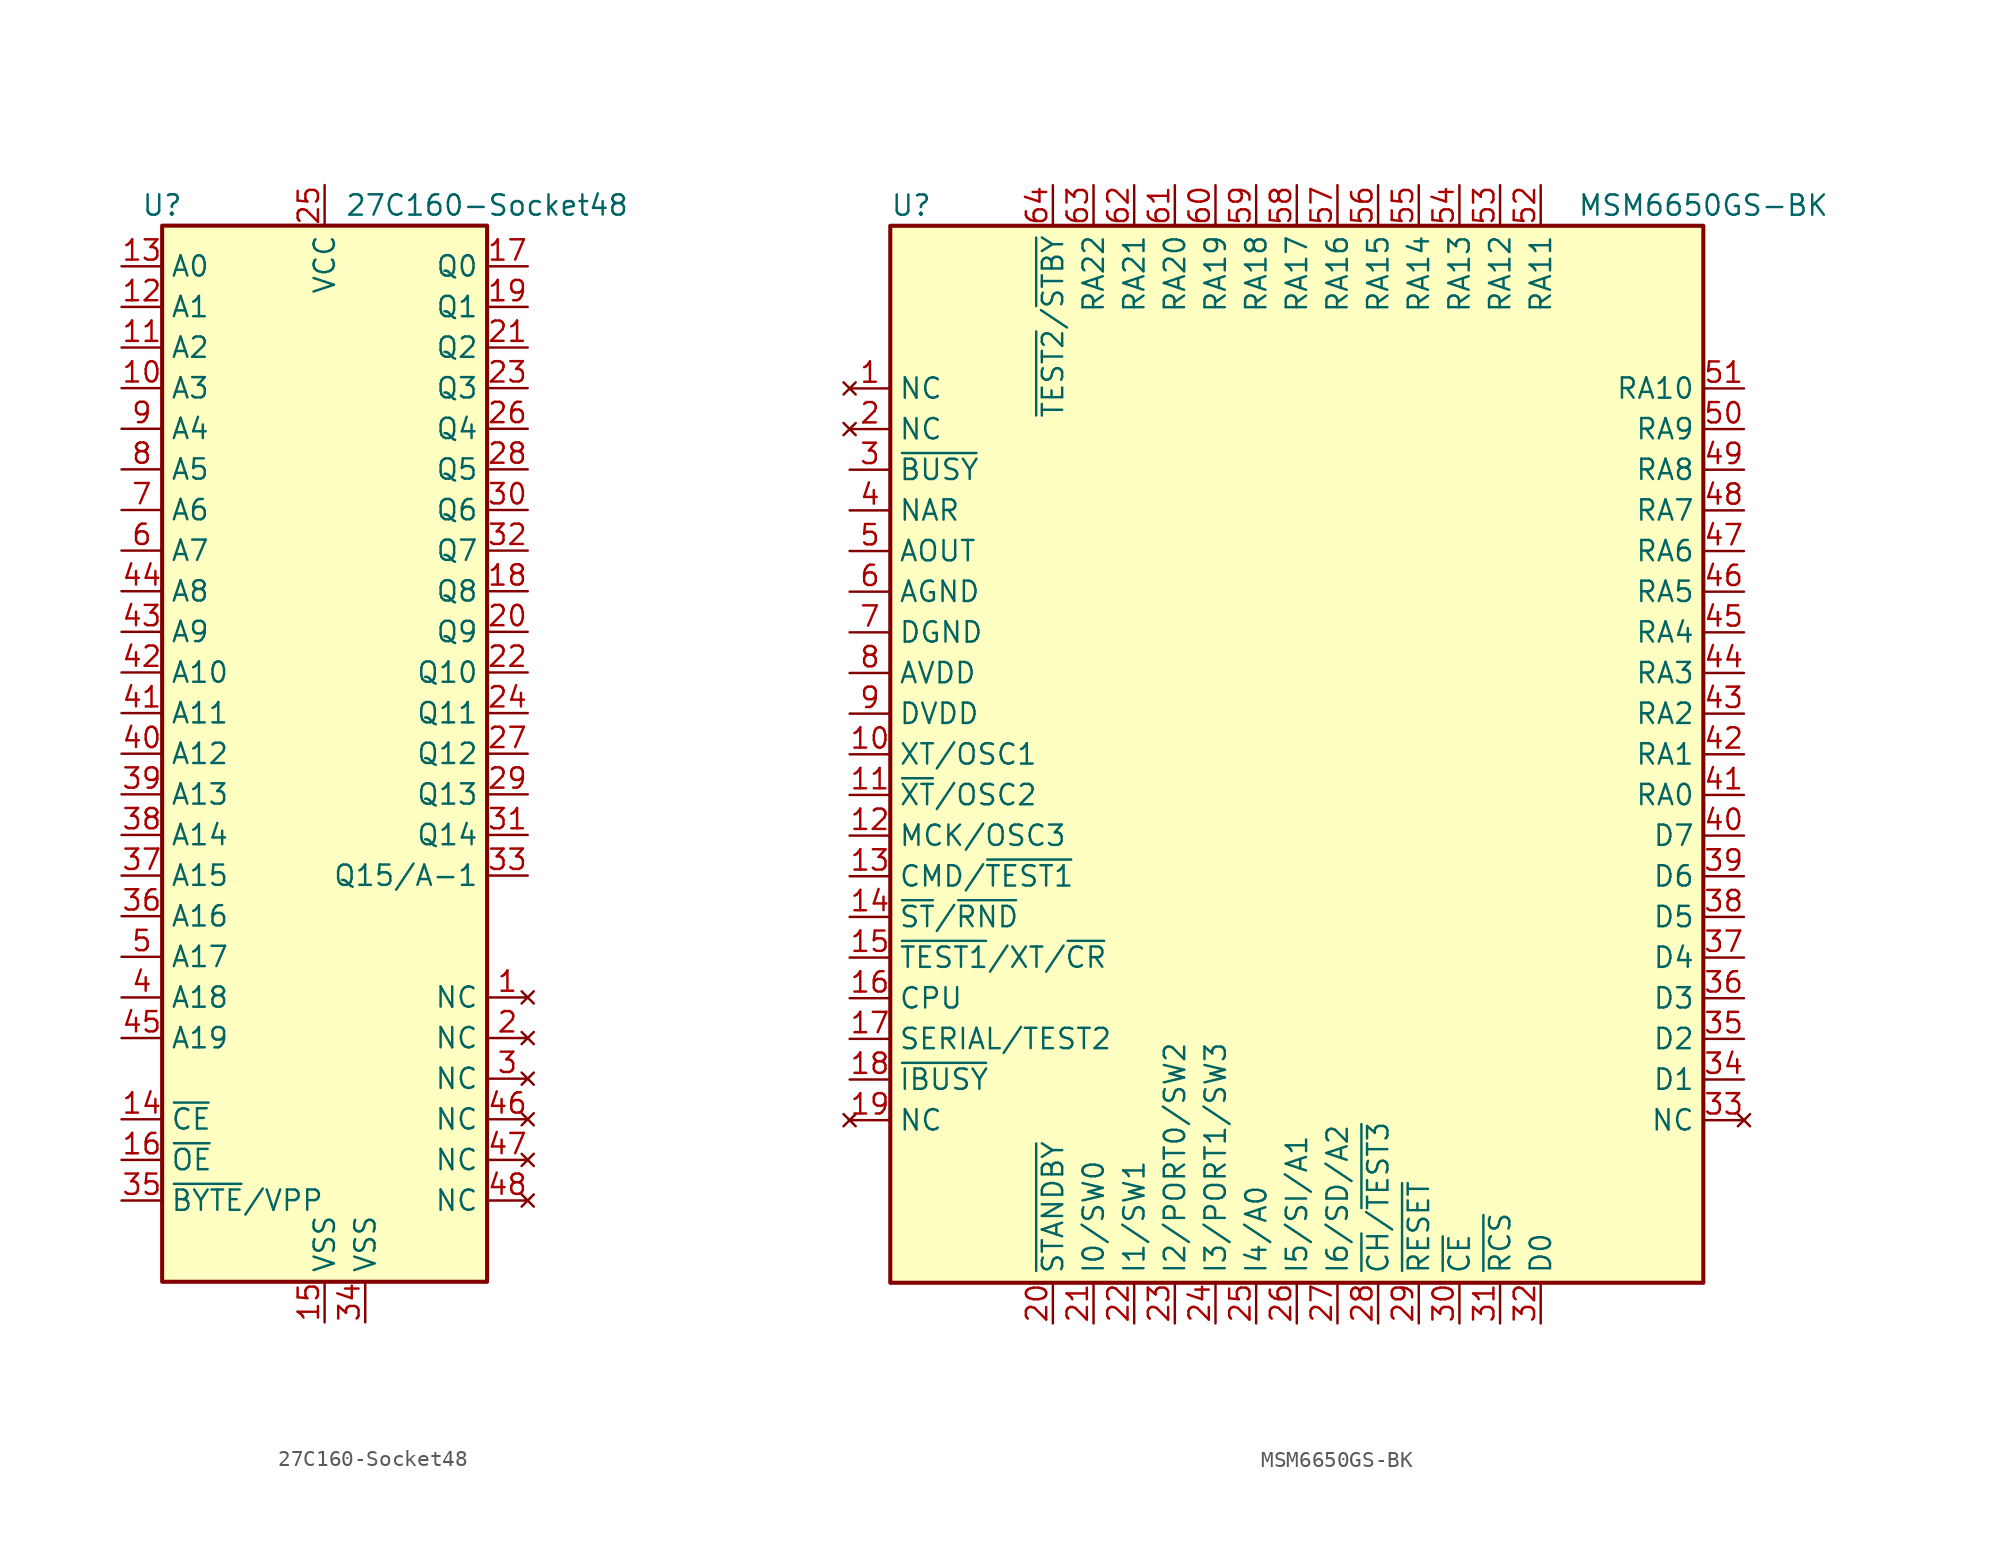
<source format=kicad_sym>
(kicad_symbol_lib
  (version 20220914)
  (generator kicad_symbol_editor)
  (symbol "27C160-Socket48"
    (property "Reference" "U"
      (at -10.16 34.29 0)
      (effects (font (size 1.27 1.27))))
    (property "Value" "27C160-Socket48"
      (at 10.16 34.29 0)
      (effects (font (size 1.27 1.27))))
    (symbol "27C160-Socket48_1_1"
      (rectangle (start -10.16 33.02) (end 10.16 -33.02) (stroke (width 0.254) (type default)) (fill (type background)))
      (pin no_connect line (at 12.7 -15.24 180) (length 2.54) (name "NC" (effects (font (size 1.27 1.27)))) (number "1" (effects (font (size 1.27 1.27)))))
      (pin input line (at -12.7 22.86 0) (length 2.54) (name "A3" (effects (font (size 1.27 1.27)))) (number "10" (effects (font (size 1.27 1.27)))))
      (pin input line (at -12.7 25.4 0) (length 2.54) (name "A2" (effects (font (size 1.27 1.27)))) (number "11" (effects (font (size 1.27 1.27)))))
      (pin input line (at -12.7 27.94 0) (length 2.54) (name "A1" (effects (font (size 1.27 1.27)))) (number "12" (effects (font (size 1.27 1.27)))))
      (pin input line (at -12.7 30.48 0) (length 2.54) (name "A0" (effects (font (size 1.27 1.27)))) (number "13" (effects (font (size 1.27 1.27)))))
      (pin input line (at -12.7 -22.86 0) (length 2.54) (name "~{CE}" (effects (font (size 1.27 1.27)))) (number "14" (effects (font (size 1.27 1.27)))))
      (pin power_in line (at 0 -35.56 90) (length 2.54) (name "VSS" (effects (font (size 1.27 1.27)))) (number "15" (effects (font (size 1.27 1.27)))))
      (pin input line (at -12.7 -25.4 0) (length 2.54) (name "~{OE}" (effects (font (size 1.27 1.27)))) (number "16" (effects (font (size 1.27 1.27)))))
      (pin tri_state line (at 12.7 30.48 180) (length 2.54) (name "Q0" (effects (font (size 1.27 1.27)))) (number "17" (effects (font (size 1.27 1.27)))))
      (pin tri_state line (at 12.7 10.16 180) (length 2.54) (name "Q8" (effects (font (size 1.27 1.27)))) (number "18" (effects (font (size 1.27 1.27)))))
      (pin tri_state line (at 12.7 27.94 180) (length 2.54) (name "Q1" (effects (font (size 1.27 1.27)))) (number "19" (effects (font (size 1.27 1.27)))))
      (pin no_connect line (at 12.7 -17.78 180) (length 2.54) (name "NC" (effects (font (size 1.27 1.27)))) (number "2" (effects (font (size 1.27 1.27)))))
      (pin tri_state line (at 12.7 7.62 180) (length 2.54) (name "Q9" (effects (font (size 1.27 1.27)))) (number "20" (effects (font (size 1.27 1.27)))))
      (pin tri_state line (at 12.7 25.4 180) (length 2.54) (name "Q2" (effects (font (size 1.27 1.27)))) (number "21" (effects (font (size 1.27 1.27)))))
      (pin tri_state line (at 12.7 5.08 180) (length 2.54) (name "Q10" (effects (font (size 1.27 1.27)))) (number "22" (effects (font (size 1.27 1.27)))))
      (pin tri_state line (at 12.7 22.86 180) (length 2.54) (name "Q3" (effects (font (size 1.27 1.27)))) (number "23" (effects (font (size 1.27 1.27)))))
      (pin tri_state line (at 12.7 2.54 180) (length 2.54) (name "Q11" (effects (font (size 1.27 1.27)))) (number "24" (effects (font (size 1.27 1.27)))))
      (pin power_in line (at 0 35.56 270) (length 2.54) (name "VCC" (effects (font (size 1.27 1.27)))) (number "25" (effects (font (size 1.27 1.27)))))
      (pin tri_state line (at 12.7 20.32 180) (length 2.54) (name "Q4" (effects (font (size 1.27 1.27)))) (number "26" (effects (font (size 1.27 1.27)))))
      (pin tri_state line (at 12.7 0 180) (length 2.54) (name "Q12" (effects (font (size 1.27 1.27)))) (number "27" (effects (font (size 1.27 1.27)))))
      (pin tri_state line (at 12.7 17.78 180) (length 2.54) (name "Q5" (effects (font (size 1.27 1.27)))) (number "28" (effects (font (size 1.27 1.27)))))
      (pin tri_state line (at 12.7 -2.54 180) (length 2.54) (name "Q13" (effects (font (size 1.27 1.27)))) (number "29" (effects (font (size 1.27 1.27)))))
      (pin no_connect line (at 12.7 -20.32 180) (length 2.54) (name "NC" (effects (font (size 1.27 1.27)))) (number "3" (effects (font (size 1.27 1.27)))))
      (pin tri_state line (at 12.7 15.24 180) (length 2.54) (name "Q6" (effects (font (size 1.27 1.27)))) (number "30" (effects (font (size 1.27 1.27)))))
      (pin tri_state line (at 12.7 -5.08 180) (length 2.54) (name "Q14" (effects (font (size 1.27 1.27)))) (number "31" (effects (font (size 1.27 1.27)))))
      (pin tri_state line (at 12.7 12.7 180) (length 2.54) (name "Q7" (effects (font (size 1.27 1.27)))) (number "32" (effects (font (size 1.27 1.27)))))
      (pin tri_state line (at 12.7 -7.62 180) (length 2.54) (name "Q15/A-1" (effects (font (size 1.27 1.27)))) (number "33" (effects (font (size 1.27 1.27)))))
      (pin power_in line (at 2.54 -35.56 90) (length 2.54) (name "VSS" (effects (font (size 1.27 1.27)))) (number "34" (effects (font (size 1.27 1.27)))))
      (pin input line (at -12.7 -27.94 0) (length 2.54) (name "~{BYTE}/VPP" (effects (font (size 1.27 1.27)))) (number "35" (effects (font (size 1.27 1.27)))))
      (pin input line (at -12.7 -10.16 0) (length 2.54) (name "A16" (effects (font (size 1.27 1.27)))) (number "36" (effects (font (size 1.27 1.27)))))
      (pin input line (at -12.7 -7.62 0) (length 2.54) (name "A15" (effects (font (size 1.27 1.27)))) (number "37" (effects (font (size 1.27 1.27)))))
      (pin input line (at -12.7 -5.08 0) (length 2.54) (name "A14" (effects (font (size 1.27 1.27)))) (number "38" (effects (font (size 1.27 1.27)))))
      (pin input line (at -12.7 -2.54 0) (length 2.54) (name "A13" (effects (font (size 1.27 1.27)))) (number "39" (effects (font (size 1.27 1.27)))))
      (pin input line (at -12.7 -15.24 0) (length 2.54) (name "A18" (effects (font (size 1.27 1.27)))) (number "4" (effects (font (size 1.27 1.27)))))
      (pin input line (at -12.7 0 0) (length 2.54) (name "A12" (effects (font (size 1.27 1.27)))) (number "40" (effects (font (size 1.27 1.27)))))
      (pin input line (at -12.7 2.54 0) (length 2.54) (name "A11" (effects (font (size 1.27 1.27)))) (number "41" (effects (font (size 1.27 1.27)))))
      (pin input line (at -12.7 5.08 0) (length 2.54) (name "A10" (effects (font (size 1.27 1.27)))) (number "42" (effects (font (size 1.27 1.27)))))
      (pin input line (at -12.7 7.62 0) (length 2.54) (name "A9" (effects (font (size 1.27 1.27)))) (number "43" (effects (font (size 1.27 1.27)))))
      (pin input line (at -12.7 10.16 0) (length 2.54) (name "A8" (effects (font (size 1.27 1.27)))) (number "44" (effects (font (size 1.27 1.27)))))
      (pin input line (at -12.7 -17.78 0) (length 2.54) (name "A19" (effects (font (size 1.27 1.27)))) (number "45" (effects (font (size 1.27 1.27)))))
      (pin no_connect line (at 12.7 -22.86 180) (length 2.54) (name "NC" (effects (font (size 1.27 1.27)))) (number "46" (effects (font (size 1.27 1.27)))))
      (pin no_connect line (at 12.7 -25.4 180) (length 2.54) (name "NC" (effects (font (size 1.27 1.27)))) (number "47" (effects (font (size 1.27 1.27)))))
      (pin no_connect line (at 12.7 -27.94 180) (length 2.54) (name "NC" (effects (font (size 1.27 1.27)))) (number "48" (effects (font (size 1.27 1.27)))))
      (pin input line (at -12.7 -12.7 0) (length 2.54) (name "A17" (effects (font (size 1.27 1.27)))) (number "5" (effects (font (size 1.27 1.27)))))
      (pin input line (at -12.7 12.7 0) (length 2.54) (name "A7" (effects (font (size 1.27 1.27)))) (number "6" (effects (font (size 1.27 1.27)))))
      (pin input line (at -12.7 15.24 0) (length 2.54) (name "A6" (effects (font (size 1.27 1.27)))) (number "7" (effects (font (size 1.27 1.27)))))
      (pin input line (at -12.7 17.78 0) (length 2.54) (name "A5" (effects (font (size 1.27 1.27)))) (number "8" (effects (font (size 1.27 1.27)))))
      (pin input line (at -12.7 20.32 0) (length 2.54) (name "A4" (effects (font (size 1.27 1.27)))) (number "9" (effects (font (size 1.27 1.27)))))))
  (symbol "MSM6650GS-BK"
    (property "Reference" "U"
      (at -25.4 34.29 0)
      (effects (font (size 1.27 1.27)) (justify left)))
    (property "Value" "MSM6650GS-BK"
      (at 25.4 34.29 0)
      (effects (font (size 1.27 1.27))))
    (symbol "MSM6650GS-BK_1_1"
      (rectangle (start -25.4 33.02) (end 25.4 -33.02) (stroke (width 0.254) (type default)) (fill (type background)))
      (pin no_connect line (at -27.94 22.86 0) (length 2.54) (name "NC" (effects (font (size 1.27 1.27)))) (number "1" (effects (font (size 1.27 1.27)))))
      (pin input line (at -27.94 0 0) (length 2.54) (name "XT/OSC1" (effects (font (size 1.27 1.27)))) (number "10" (effects (font (size 1.27 1.27)))))
      (pin output line (at -27.94 -2.54 0) (length 2.54) (name "~{XT}/OSC2" (effects (font (size 1.27 1.27)))) (number "11" (effects (font (size 1.27 1.27)))))
      (pin input line (at -27.94 -5.08 0) (length 2.54) (name "MCK/OSC3" (effects (font (size 1.27 1.27)))) (number "12" (effects (font (size 1.27 1.27)))))
      (pin input line (at -27.94 -7.62 0) (length 2.54) (name "CMD/~{TEST1}" (effects (font (size 1.27 1.27)))) (number "13" (effects (font (size 1.27 1.27)))))
      (pin input line (at -27.94 -10.16 0) (length 2.54) (name "~{ST}/~{RND}" (effects (font (size 1.27 1.27)))) (number "14" (effects (font (size 1.27 1.27)))))
      (pin input line (at -27.94 -12.7 0) (length 2.54) (name "~{TEST1}/XT/~{CR}" (effects (font (size 1.27 1.27)))) (number "15" (effects (font (size 1.27 1.27)))))
      (pin input line (at -27.94 -15.24 0) (length 2.54) (name "CPU" (effects (font (size 1.27 1.27)))) (number "16" (effects (font (size 1.27 1.27)))))
      (pin input line (at -27.94 -17.78 0) (length 2.54) (name "SERIAL/TEST2" (effects (font (size 1.27 1.27)))) (number "17" (effects (font (size 1.27 1.27)))))
      (pin output line (at -27.94 -20.32 0) (length 2.54) (name "~{IBUSY}" (effects (font (size 1.27 1.27)))) (number "18" (effects (font (size 1.27 1.27)))))
      (pin no_connect line (at -27.94 -22.86 0) (length 2.54) (name "NC" (effects (font (size 1.27 1.27)))) (number "19" (effects (font (size 1.27 1.27)))))
      (pin no_connect line (at -27.94 20.32 0) (length 2.54) (name "NC" (effects (font (size 1.27 1.27)))) (number "2" (effects (font (size 1.27 1.27)))))
      (pin output line (at -15.24 -35.56 90) (length 2.54) (name "~{STANDBY}" (effects (font (size 1.27 1.27)))) (number "20" (effects (font (size 1.27 1.27)))))
      (pin input line (at -12.7 -35.56 90) (length 2.54) (name "I0/SW0" (effects (font (size 1.27 1.27)))) (number "21" (effects (font (size 1.27 1.27)))))
      (pin input line (at -10.16 -35.56 90) (length 2.54) (name "I1/SW1" (effects (font (size 1.27 1.27)))) (number "22" (effects (font (size 1.27 1.27)))))
      (pin input line (at -7.62 -35.56 90) (length 2.54) (name "I2/PORT0/SW2" (effects (font (size 1.27 1.27)))) (number "23" (effects (font (size 1.27 1.27)))))
      (pin input line (at -5.08 -35.56 90) (length 2.54) (name "I3/PORT1/SW3" (effects (font (size 1.27 1.27)))) (number "24" (effects (font (size 1.27 1.27)))))
      (pin input line (at -2.54 -35.56 90) (length 2.54) (name "I4/A0" (effects (font (size 1.27 1.27)))) (number "25" (effects (font (size 1.27 1.27)))))
      (pin input line (at 0 -35.56 90) (length 2.54) (name "I5/SI/A1" (effects (font (size 1.27 1.27)))) (number "26" (effects (font (size 1.27 1.27)))))
      (pin input line (at 2.54 -35.56 90) (length 2.54) (name "I6/SD/A2" (effects (font (size 1.27 1.27)))) (number "27" (effects (font (size 1.27 1.27)))))
      (pin input line (at 5.08 -35.56 90) (length 2.54) (name "~{CH}/~{TEST3}" (effects (font (size 1.27 1.27)))) (number "28" (effects (font (size 1.27 1.27)))))
      (pin input line (at 7.62 -35.56 90) (length 2.54) (name "~{RESET}" (effects (font (size 1.27 1.27)))) (number "29" (effects (font (size 1.27 1.27)))))
      (pin output line (at -27.94 17.78 0) (length 2.54) (name "~{BUSY}" (effects (font (size 1.27 1.27)))) (number "3" (effects (font (size 1.27 1.27)))))
      (pin output line (at 10.16 -35.56 90) (length 2.54) (name "~{CE}" (effects (font (size 1.27 1.27)))) (number "30" (effects (font (size 1.27 1.27)))))
      (pin output line (at 12.7 -35.56 90) (length 2.54) (name "~{RCS}" (effects (font (size 1.27 1.27)))) (number "31" (effects (font (size 1.27 1.27)))))
      (pin input line (at 15.24 -35.56 90) (length 2.54) (name "D0" (effects (font (size 1.27 1.27)))) (number "32" (effects (font (size 1.27 1.27)))))
      (pin no_connect line (at 27.94 -22.86 180) (length 2.54) (name "NC" (effects (font (size 1.27 1.27)))) (number "33" (effects (font (size 1.27 1.27)))))
      (pin input line (at 27.94 -20.32 180) (length 2.54) (name "D1" (effects (font (size 1.27 1.27)))) (number "34" (effects (font (size 1.27 1.27)))))
      (pin input line (at 27.94 -17.78 180) (length 2.54) (name "D2" (effects (font (size 1.27 1.27)))) (number "35" (effects (font (size 1.27 1.27)))))
      (pin input line (at 27.94 -15.24 180) (length 2.54) (name "D3" (effects (font (size 1.27 1.27)))) (number "36" (effects (font (size 1.27 1.27)))))
      (pin input line (at 27.94 -12.7 180) (length 2.54) (name "D4" (effects (font (size 1.27 1.27)))) (number "37" (effects (font (size 1.27 1.27)))))
      (pin input line (at 27.94 -10.16 180) (length 2.54) (name "D5" (effects (font (size 1.27 1.27)))) (number "38" (effects (font (size 1.27 1.27)))))
      (pin input line (at 27.94 -7.62 180) (length 2.54) (name "D6" (effects (font (size 1.27 1.27)))) (number "39" (effects (font (size 1.27 1.27)))))
      (pin output line (at -27.94 15.24 0) (length 2.54) (name "NAR" (effects (font (size 1.27 1.27)))) (number "4" (effects (font (size 1.27 1.27)))))
      (pin input line (at 27.94 -5.08 180) (length 2.54) (name "D7" (effects (font (size 1.27 1.27)))) (number "40" (effects (font (size 1.27 1.27)))))
      (pin output line (at 27.94 -2.54 180) (length 2.54) (name "RA0" (effects (font (size 1.27 1.27)))) (number "41" (effects (font (size 1.27 1.27)))))
      (pin output line (at 27.94 0 180) (length 2.54) (name "RA1" (effects (font (size 1.27 1.27)))) (number "42" (effects (font (size 1.27 1.27)))))
      (pin output line (at 27.94 2.54 180) (length 2.54) (name "RA2" (effects (font (size 1.27 1.27)))) (number "43" (effects (font (size 1.27 1.27)))))
      (pin output line (at 27.94 5.08 180) (length 2.54) (name "RA3" (effects (font (size 1.27 1.27)))) (number "44" (effects (font (size 1.27 1.27)))))
      (pin output line (at 27.94 7.62 180) (length 2.54) (name "RA4" (effects (font (size 1.27 1.27)))) (number "45" (effects (font (size 1.27 1.27)))))
      (pin output line (at 27.94 10.16 180) (length 2.54) (name "RA5" (effects (font (size 1.27 1.27)))) (number "46" (effects (font (size 1.27 1.27)))))
      (pin output line (at 27.94 12.7 180) (length 2.54) (name "RA6" (effects (font (size 1.27 1.27)))) (number "47" (effects (font (size 1.27 1.27)))))
      (pin output line (at 27.94 15.24 180) (length 2.54) (name "RA7" (effects (font (size 1.27 1.27)))) (number "48" (effects (font (size 1.27 1.27)))))
      (pin output line (at 27.94 17.78 180) (length 2.54) (name "RA8" (effects (font (size 1.27 1.27)))) (number "49" (effects (font (size 1.27 1.27)))))
      (pin output line (at -27.94 12.7 0) (length 2.54) (name "AOUT" (effects (font (size 1.27 1.27)))) (number "5" (effects (font (size 1.27 1.27)))))
      (pin output line (at 27.94 20.32 180) (length 2.54) (name "RA9" (effects (font (size 1.27 1.27)))) (number "50" (effects (font (size 1.27 1.27)))))
      (pin output line (at 27.94 22.86 180) (length 2.54) (name "RA10" (effects (font (size 1.27 1.27)))) (number "51" (effects (font (size 1.27 1.27)))))
      (pin output line (at 15.24 35.56 270) (length 2.54) (name "RA11" (effects (font (size 1.27 1.27)))) (number "52" (effects (font (size 1.27 1.27)))))
      (pin output line (at 12.7 35.56 270) (length 2.54) (name "RA12" (effects (font (size 1.27 1.27)))) (number "53" (effects (font (size 1.27 1.27)))))
      (pin output line (at 10.16 35.56 270) (length 2.54) (name "RA13" (effects (font (size 1.27 1.27)))) (number "54" (effects (font (size 1.27 1.27)))))
      (pin output line (at 7.62 35.56 270) (length 2.54) (name "RA14" (effects (font (size 1.27 1.27)))) (number "55" (effects (font (size 1.27 1.27)))))
      (pin output line (at 5.08 35.56 270) (length 2.54) (name "RA15" (effects (font (size 1.27 1.27)))) (number "56" (effects (font (size 1.27 1.27)))))
      (pin output line (at 2.54 35.56 270) (length 2.54) (name "RA16" (effects (font (size 1.27 1.27)))) (number "57" (effects (font (size 1.27 1.27)))))
      (pin output line (at 0 35.56 270) (length 2.54) (name "RA17" (effects (font (size 1.27 1.27)))) (number "58" (effects (font (size 1.27 1.27)))))
      (pin output line (at -2.54 35.56 270) (length 2.54) (name "RA18" (effects (font (size 1.27 1.27)))) (number "59" (effects (font (size 1.27 1.27)))))
      (pin power_in line (at -27.94 10.16 0) (length 2.54) (name "AGND" (effects (font (size 1.27 1.27)))) (number "6" (effects (font (size 1.27 1.27)))))
      (pin output line (at -5.08 35.56 270) (length 2.54) (name "RA19" (effects (font (size 1.27 1.27)))) (number "60" (effects (font (size 1.27 1.27)))))
      (pin output line (at -7.62 35.56 270) (length 2.54) (name "RA20" (effects (font (size 1.27 1.27)))) (number "61" (effects (font (size 1.27 1.27)))))
      (pin output line (at -10.16 35.56 270) (length 2.54) (name "RA21" (effects (font (size 1.27 1.27)))) (number "62" (effects (font (size 1.27 1.27)))))
      (pin output line (at -12.7 35.56 270) (length 2.54) (name "RA22" (effects (font (size 1.27 1.27)))) (number "63" (effects (font (size 1.27 1.27)))))
      (pin input line (at -15.24 35.56 270) (length 2.54) (name "~{TEST2}/~{STBY}" (effects (font (size 1.27 1.27)))) (number "64" (effects (font (size 1.27 1.27)))))
      (pin power_in line (at -27.94 7.62 0) (length 2.54) (name "DGND" (effects (font (size 1.27 1.27)))) (number "7" (effects (font (size 1.27 1.27)))))
      (pin power_in line (at -27.94 5.08 0) (length 2.54) (name "AVDD" (effects (font (size 1.27 1.27)))) (number "8" (effects (font (size 1.27 1.27)))))
      (pin power_in line (at -27.94 2.54 0) (length 2.54) (name "DVDD" (effects (font (size 1.27 1.27)))) (number "9" (effects (font (size 1.27 1.27))))))))
</source>
